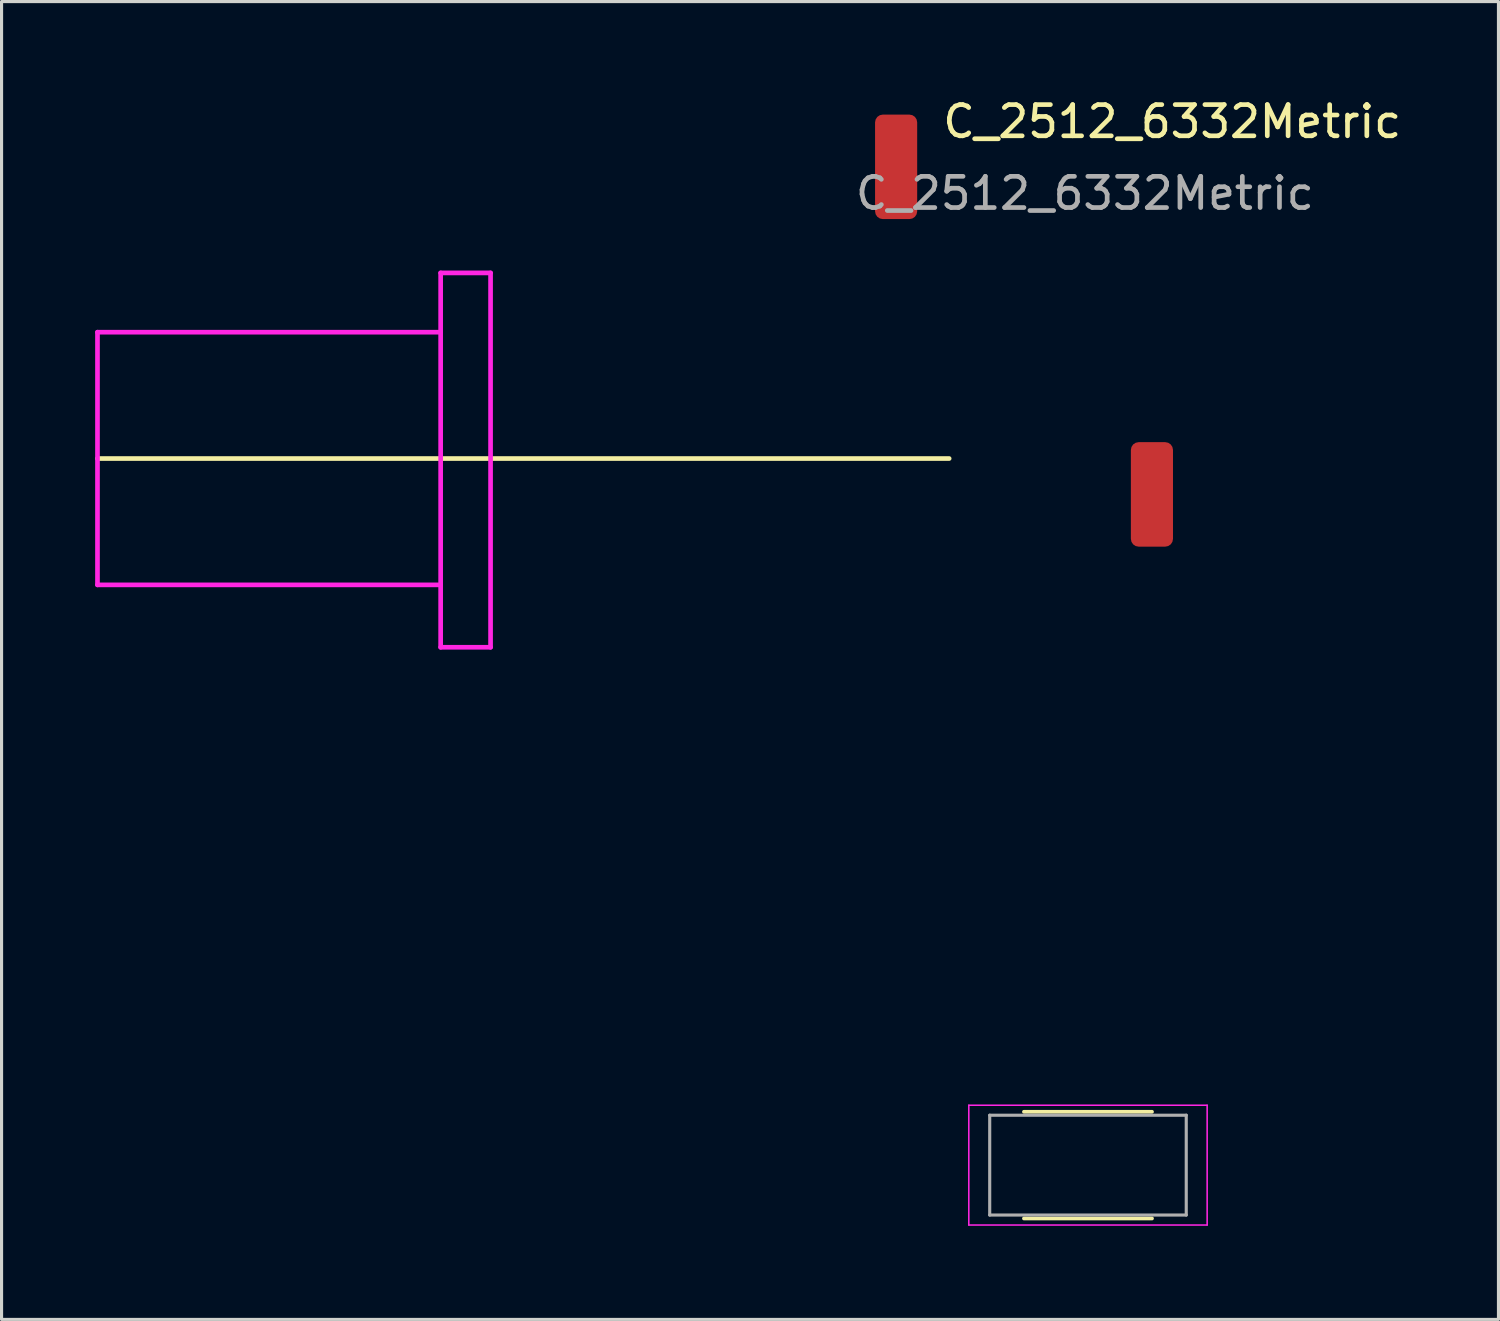
<source format=kicad_pcb>
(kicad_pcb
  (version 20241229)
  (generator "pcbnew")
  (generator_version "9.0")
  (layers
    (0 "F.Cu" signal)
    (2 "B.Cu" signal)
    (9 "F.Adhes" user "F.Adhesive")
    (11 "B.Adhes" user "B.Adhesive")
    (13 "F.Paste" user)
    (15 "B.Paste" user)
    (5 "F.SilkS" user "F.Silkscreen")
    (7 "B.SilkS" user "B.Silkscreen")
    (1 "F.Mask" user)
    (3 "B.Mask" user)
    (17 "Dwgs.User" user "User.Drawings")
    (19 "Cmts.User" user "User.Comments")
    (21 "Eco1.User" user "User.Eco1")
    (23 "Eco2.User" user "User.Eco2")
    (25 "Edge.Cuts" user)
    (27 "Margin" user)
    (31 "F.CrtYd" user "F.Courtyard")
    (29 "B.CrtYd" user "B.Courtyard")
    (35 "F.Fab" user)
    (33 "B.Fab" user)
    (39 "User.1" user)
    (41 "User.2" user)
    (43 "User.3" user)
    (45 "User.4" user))
  (footprint "C_2512_6332Metric"
    (layer "F.Cu")
    (at 39.075 17.698)
    (property "Reference" "C_2512_6332Metric" (at -4.55 -16.85 0) (layer "F.SilkS") (effects (font (size 1 1) (thickness 0.15))))
    (attr smd)
    (fp_line (start -39 -6.05) (end -11.7 -6.05) (stroke (width 0.15) (type solid)) (layer "F.SilkS"))
    (fp_line (start -9.302 14.89) (end -5.198 14.89) (stroke (width 0.12) (type solid)) (layer "F.SilkS"))
    (fp_line (start -9.302 18.31) (end -5.198 18.31) (stroke (width 0.12) (type solid)) (layer "F.SilkS"))
    (fp_line (start -39 -10.1) (end -39 -2) (stroke (width 0.15) (type solid)) (layer "F.CrtYd"))
    (fp_line (start -28 -12) (end -26.4 -12) (stroke (width 0.15) (type solid)) (layer "F.CrtYd"))
    (fp_line (start -28 -10.1) (end -39 -10.1) (stroke (width 0.15) (type solid)) (layer "F.CrtYd"))
    (fp_line (start -28 -2) (end -39 -2) (stroke (width 0.15) (type solid)) (layer "F.CrtYd"))
    (fp_line (start -28 0) (end -28 -12) (stroke (width 0.15) (type solid)) (layer "F.CrtYd"))
    (fp_line (start -26.4 -12) (end -26.4 0) (stroke (width 0.15) (type solid)) (layer "F.CrtYd"))
    (fp_line (start -26.4 0) (end -28 0) (stroke (width 0.15) (type solid)) (layer "F.CrtYd"))
    (fp_line (start -11.07 14.68) (end -3.43 14.68) (stroke (width 0.05) (type solid)) (layer "F.CrtYd"))
    (fp_line (start -11.07 18.52) (end -11.07 14.68) (stroke (width 0.05) (type solid)) (layer "F.CrtYd"))
    (fp_line (start -3.43 14.68) (end -3.43 18.52) (stroke (width 0.05) (type solid)) (layer "F.CrtYd"))
    (fp_line (start -3.43 18.52) (end -11.07 18.52) (stroke (width 0.05) (type solid)) (layer "F.CrtYd"))
    (fp_line (start -10.4 15) (end -4.1 15) (stroke (width 0.1) (type solid)) (layer "F.Fab"))
    (fp_line (start -10.4 18.2) (end -10.4 15) (stroke (width 0.1) (type solid)) (layer "F.Fab"))
    (fp_line (start -4.1 15) (end -4.1 18.2) (stroke (width 0.1) (type solid)) (layer "F.Fab"))
    (fp_line (start -4.1 18.2) (end -10.4 18.2) (stroke (width 0.1) (type solid)) (layer "F.Fab"))
    (fp_text user "${REFERENCE}" (at -7.35 -14.55 0) (layer "F.Fab") (effects (font (size 1 1) (thickness 0.15))))
    (pad "1" smd roundrect (at -5.2 -4.9) (size 1.35 3.35) (layers "F.Cu" "F.Mask" "F.Paste") (roundrect_rratio 0.185))
    (pad "2" smd roundrect (at -13.4 -15.4) (size 1.35 3.35) (layers "F.Cu" "F.Mask" "F.Paste") (roundrect_rratio 0.185)))
  (gr_rect
    (start -3 -3)
    (end 44.983 39.243)
    (stroke (width 0.1) (type default))
    (fill no)
    (layer "Edge.Cuts")))
</source>
